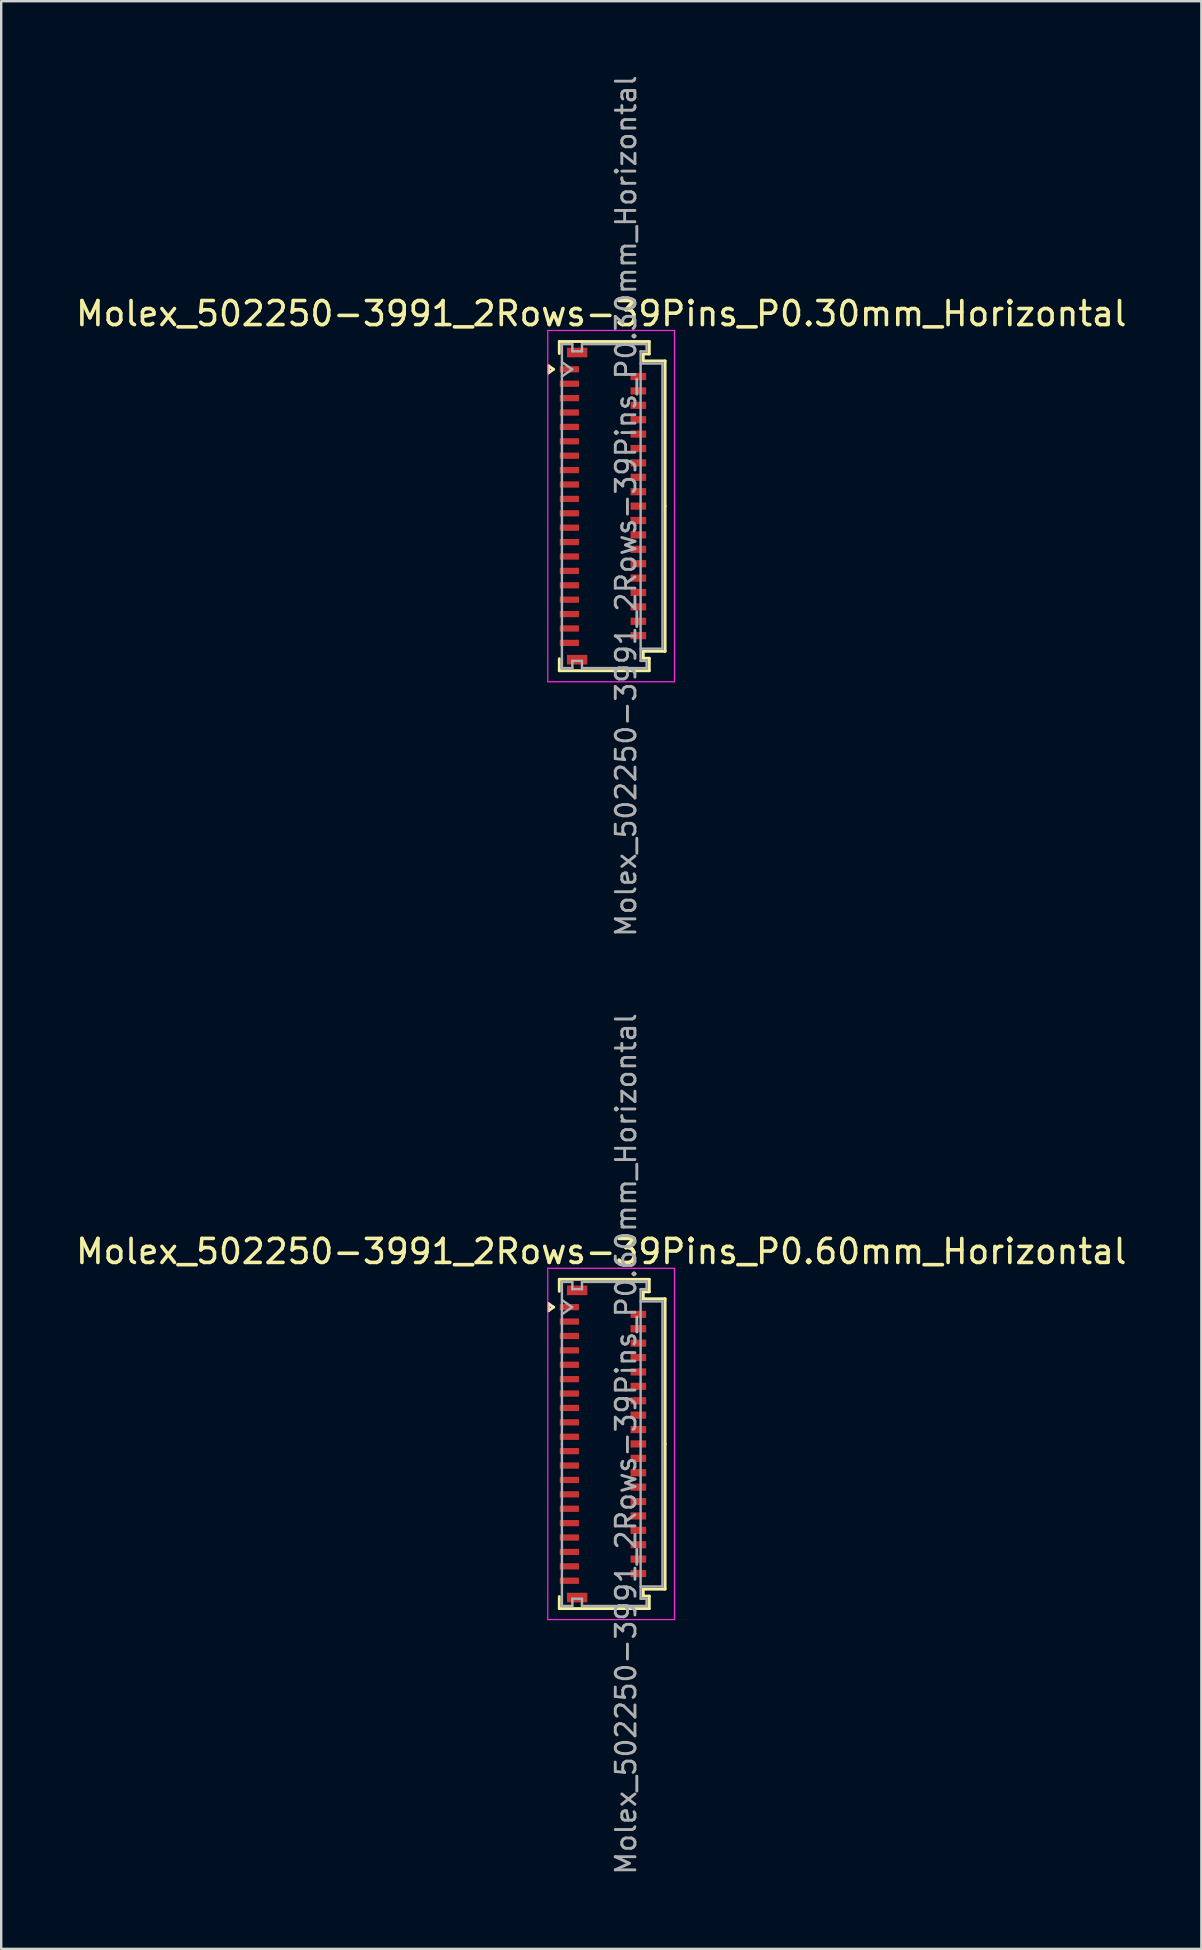
<source format=kicad_pcb>
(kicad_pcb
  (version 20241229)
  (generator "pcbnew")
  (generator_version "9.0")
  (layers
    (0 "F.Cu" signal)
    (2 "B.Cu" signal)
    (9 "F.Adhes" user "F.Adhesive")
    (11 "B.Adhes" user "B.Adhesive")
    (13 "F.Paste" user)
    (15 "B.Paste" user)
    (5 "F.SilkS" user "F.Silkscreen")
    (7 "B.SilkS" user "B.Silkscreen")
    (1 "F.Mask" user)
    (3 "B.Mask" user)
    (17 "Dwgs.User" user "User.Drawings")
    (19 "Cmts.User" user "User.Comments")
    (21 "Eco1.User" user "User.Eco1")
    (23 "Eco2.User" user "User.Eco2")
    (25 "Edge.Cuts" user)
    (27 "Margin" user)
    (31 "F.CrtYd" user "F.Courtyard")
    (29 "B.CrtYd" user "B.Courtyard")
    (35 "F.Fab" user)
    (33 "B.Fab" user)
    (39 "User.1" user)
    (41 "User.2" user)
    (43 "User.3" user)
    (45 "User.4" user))
  (footprint "Molex_502250-3991_2Rows-39Pins_P0.30mm_Horizontal"
    (layer "F.Cu")
    (at 22.076 18.04)
    (property "Reference" "Molex_502250-3991_2Rows-39Pins_P0.30mm_Horizontal" (at -0.07 -8.02 0) (layer "F.SilkS") (effects (font (size 1 1) (thickness 0.15))))
    (attr smd)
    (fp_line (start -2.272 -5.85) (end -2.06 -5.7) (stroke (width 0.12) (type solid)) (layer "F.SilkS"))
    (fp_line (start -2.272 -5.55) (end -2.272 -5.85) (stroke (width 0.12) (type solid)) (layer "F.SilkS"))
    (fp_line (start -2.06 -5.7) (end -2.272 -5.55) (stroke (width 0.12) (type solid)) (layer "F.SilkS"))
    (fp_line (start -1.82 -6.86) (end 1.93 -6.86) (stroke (width 0.12) (type solid)) (layer "F.SilkS"))
    (fp_line (start -1.82 -6.36) (end -1.82 -6.86) (stroke (width 0.12) (type solid)) (layer "F.SilkS"))
    (fp_line (start -1.82 6.36) (end -1.82 6.86) (stroke (width 0.12) (type solid)) (layer "F.SilkS"))
    (fp_line (start -1.82 6.86) (end 1.93 6.86) (stroke (width 0.12) (type solid)) (layer "F.SilkS"))
    (fp_line (start 1.68 -6.34) (end 1.68 -6.05) (stroke (width 0.12) (type solid)) (layer "F.SilkS"))
    (fp_line (start 1.68 -6.05) (end 2.59 -6.05) (stroke (width 0.12) (type solid)) (layer "F.SilkS"))
    (fp_line (start 1.68 6.05) (end 2.59 6.05) (stroke (width 0.12) (type solid)) (layer "F.SilkS"))
    (fp_line (start 1.68 6.34) (end 1.68 6.05) (stroke (width 0.12) (type solid)) (layer "F.SilkS"))
    (fp_line (start 1.93 -6.86) (end 1.93 -6.34) (stroke (width 0.12) (type solid)) (layer "F.SilkS"))
    (fp_line (start 1.93 -6.34) (end 1.68 -6.34) (stroke (width 0.12) (type solid)) (layer "F.SilkS"))
    (fp_line (start 1.93 6.34) (end 1.68 6.34) (stroke (width 0.12) (type solid)) (layer "F.SilkS"))
    (fp_line (start 1.93 6.86) (end 1.93 6.34) (stroke (width 0.12) (type solid)) (layer "F.SilkS"))
    (fp_line (start 2.59 -6.05) (end 2.59 0) (stroke (width 0.12) (type solid)) (layer "F.SilkS"))
    (fp_line (start 2.59 6.05) (end 2.59 0) (stroke (width 0.12) (type solid)) (layer "F.SilkS"))
    (fp_line (start -2.3 -7.32) (end -2.3 7.32) (stroke (width 0.05) (type solid)) (layer "F.CrtYd"))
    (fp_line (start -2.3 7.32) (end 2.98 7.32) (stroke (width 0.05) (type solid)) (layer "F.CrtYd"))
    (fp_line (start 2.98 -7.32) (end -2.3 -7.32) (stroke (width 0.05) (type solid)) (layer "F.CrtYd"))
    (fp_line (start 2.98 7.32) (end 2.98 -7.32) (stroke (width 0.05) (type solid)) (layer "F.CrtYd"))
    (fp_line (start -1.71 -6.75) (end -1.275 -6.75) (stroke (width 0.1) (type solid)) (layer "F.Fab"))
    (fp_line (start -1.71 -6) (end -1.286 -5.7) (stroke (width 0.1) (type solid)) (layer "F.Fab"))
    (fp_line (start -1.71 0) (end -1.71 -6.75) (stroke (width 0.1) (type solid)) (layer "F.Fab"))
    (fp_line (start -1.71 0) (end -1.71 6.75) (stroke (width 0.1) (type solid)) (layer "F.Fab"))
    (fp_line (start -1.71 6.75) (end -1.275 6.75) (stroke (width 0.1) (type solid)) (layer "F.Fab"))
    (fp_line (start -1.286 -5.7) (end -1.71 -5.4) (stroke (width 0.1) (type solid)) (layer "F.Fab"))
    (fp_line (start -1.275 -6.75) (end -1.275 -6.45) (stroke (width 0.1) (type solid)) (layer "F.Fab"))
    (fp_line (start -1.275 -6.45) (end -0.875 -6.45) (stroke (width 0.1) (type solid)) (layer "F.Fab"))
    (fp_line (start -1.275 6.45) (end -0.875 6.45) (stroke (width 0.1) (type solid)) (layer "F.Fab"))
    (fp_line (start -1.275 6.75) (end -1.275 6.45) (stroke (width 0.1) (type solid)) (layer "F.Fab"))
    (fp_line (start -0.875 -6.75) (end 1.82 -6.75) (stroke (width 0.1) (type solid)) (layer "F.Fab"))
    (fp_line (start -0.875 -6.45) (end -0.875 -6.75) (stroke (width 0.1) (type solid)) (layer "F.Fab"))
    (fp_line (start -0.875 6.45) (end -0.875 6.75) (stroke (width 0.1) (type solid)) (layer "F.Fab"))
    (fp_line (start -0.875 6.75) (end 1.82 6.75) (stroke (width 0.1) (type solid)) (layer "F.Fab"))
    (fp_line (start 1.57 -6.45) (end 1.57 0) (stroke (width 0.1) (type solid)) (layer "F.Fab"))
    (fp_line (start 1.57 -5.94) (end 2.48 -5.94) (stroke (width 0.1) (type solid)) (layer "F.Fab"))
    (fp_line (start 1.57 6.45) (end 1.57 0) (stroke (width 0.1) (type solid)) (layer "F.Fab"))
    (fp_line (start 1.82 -6.75) (end 1.82 -6.45) (stroke (width 0.1) (type solid)) (layer "F.Fab"))
    (fp_line (start 1.82 -6.45) (end 1.57 -6.45) (stroke (width 0.1) (type solid)) (layer "F.Fab"))
    (fp_line (start 1.82 6.45) (end 1.57 6.45) (stroke (width 0.1) (type solid)) (layer "F.Fab"))
    (fp_line (start 1.82 6.75) (end 1.82 6.45) (stroke (width 0.1) (type solid)) (layer "F.Fab"))
    (fp_line (start 2.48 -5.94) (end 2.48 5.94) (stroke (width 0.1) (type solid)) (layer "F.Fab"))
    (fp_line (start 2.48 5.94) (end 1.57 5.94) (stroke (width 0.1) (type solid)) (layer "F.Fab"))
    (fp_text user "${REFERENCE}" (at 0.96 0 90) (layer "F.Fab") (effects (font (size 0.82 0.82) (thickness 0.12))))
    (pad "" smd rect (at -1.075 -6.4) (size 0.85 0.4) (layers "F.Cu" "F.Mask" "F.Paste"))
    (pad "" smd rect (at -1.075 6.4) (size 0.85 0.4) (layers "F.Cu" "F.Mask" "F.Paste"))
    (pad "1" smd rect (at -1.4 -5.7) (size 0.8 0.26) (layers "F.Cu" "F.Mask" "F.Paste"))
    (pad "2" smd rect (at 1.475 -5.4) (size 0.65 0.3) (layers "F.Cu" "F.Mask" "F.Paste"))
    (pad "3" smd rect (at -1.4 -5.1) (size 0.8 0.26) (layers "F.Cu" "F.Mask" "F.Paste"))
    (pad "4" smd rect (at 1.475 -4.8) (size 0.65 0.3) (layers "F.Cu" "F.Mask" "F.Paste"))
    (pad "5" smd rect (at -1.4 -4.5) (size 0.8 0.26) (layers "F.Cu" "F.Mask" "F.Paste"))
    (pad "6" smd rect (at 1.475 -4.2) (size 0.65 0.3) (layers "F.Cu" "F.Mask" "F.Paste"))
    (pad "7" smd rect (at -1.4 -3.9) (size 0.8 0.26) (layers "F.Cu" "F.Mask" "F.Paste"))
    (pad "8" smd rect (at 1.475 -3.6) (size 0.65 0.3) (layers "F.Cu" "F.Mask" "F.Paste"))
    (pad "9" smd rect (at -1.4 -3.3) (size 0.8 0.26) (layers "F.Cu" "F.Mask" "F.Paste"))
    (pad "10" smd rect (at 1.475 -3) (size 0.65 0.3) (layers "F.Cu" "F.Mask" "F.Paste"))
    (pad "11" smd rect (at -1.4 -2.7) (size 0.8 0.26) (layers "F.Cu" "F.Mask" "F.Paste"))
    (pad "12" smd rect (at 1.475 -2.4) (size 0.65 0.3) (layers "F.Cu" "F.Mask" "F.Paste"))
    (pad "13" smd rect (at -1.4 -2.1) (size 0.8 0.26) (layers "F.Cu" "F.Mask" "F.Paste"))
    (pad "14" smd rect (at 1.475 -1.8) (size 0.65 0.3) (layers "F.Cu" "F.Mask" "F.Paste"))
    (pad "15" smd rect (at -1.4 -1.5) (size 0.8 0.26) (layers "F.Cu" "F.Mask" "F.Paste"))
    (pad "16" smd rect (at 1.475 -1.2) (size 0.65 0.3) (layers "F.Cu" "F.Mask" "F.Paste"))
    (pad "17" smd rect (at -1.4 -0.9) (size 0.8 0.26) (layers "F.Cu" "F.Mask" "F.Paste"))
    (pad "18" smd rect (at 1.475 -0.6) (size 0.65 0.3) (layers "F.Cu" "F.Mask" "F.Paste"))
    (pad "19" smd rect (at -1.4 -0.3) (size 0.8 0.26) (layers "F.Cu" "F.Mask" "F.Paste"))
    (pad "20" smd rect (at 1.475 0) (size 0.65 0.3) (layers "F.Cu" "F.Mask" "F.Paste"))
    (pad "21" smd rect (at -1.4 0.3) (size 0.8 0.26) (layers "F.Cu" "F.Mask" "F.Paste"))
    (pad "22" smd rect (at 1.475 0.6) (size 0.65 0.3) (layers "F.Cu" "F.Mask" "F.Paste"))
    (pad "23" smd rect (at -1.4 0.9) (size 0.8 0.26) (layers "F.Cu" "F.Mask" "F.Paste"))
    (pad "24" smd rect (at 1.475 1.2) (size 0.65 0.3) (layers "F.Cu" "F.Mask" "F.Paste"))
    (pad "25" smd rect (at -1.4 1.5) (size 0.8 0.26) (layers "F.Cu" "F.Mask" "F.Paste"))
    (pad "26" smd rect (at 1.475 1.8) (size 0.65 0.3) (layers "F.Cu" "F.Mask" "F.Paste"))
    (pad "27" smd rect (at -1.4 2.1) (size 0.8 0.26) (layers "F.Cu" "F.Mask" "F.Paste"))
    (pad "28" smd rect (at 1.475 2.4) (size 0.65 0.3) (layers "F.Cu" "F.Mask" "F.Paste"))
    (pad "29" smd rect (at -1.4 2.7) (size 0.8 0.26) (layers "F.Cu" "F.Mask" "F.Paste"))
    (pad "30" smd rect (at 1.475 3) (size 0.65 0.3) (layers "F.Cu" "F.Mask" "F.Paste"))
    (pad "31" smd rect (at -1.4 3.3) (size 0.8 0.26) (layers "F.Cu" "F.Mask" "F.Paste"))
    (pad "32" smd rect (at 1.475 3.6) (size 0.65 0.3) (layers "F.Cu" "F.Mask" "F.Paste"))
    (pad "33" smd rect (at -1.4 3.9) (size 0.8 0.26) (layers "F.Cu" "F.Mask" "F.Paste"))
    (pad "34" smd rect (at 1.475 4.2) (size 0.65 0.3) (layers "F.Cu" "F.Mask" "F.Paste"))
    (pad "35" smd rect (at -1.4 4.5) (size 0.8 0.26) (layers "F.Cu" "F.Mask" "F.Paste"))
    (pad "36" smd rect (at 1.475 4.8) (size 0.65 0.3) (layers "F.Cu" "F.Mask" "F.Paste"))
    (pad "37" smd rect (at -1.4 5.1) (size 0.8 0.26) (layers "F.Cu" "F.Mask" "F.Paste"))
    (pad "38" smd rect (at 1.475 5.4) (size 0.65 0.3) (layers "F.Cu" "F.Mask" "F.Paste"))
    (pad "39" smd rect (at -1.4 5.7) (size 0.8 0.26) (layers "F.Cu" "F.Mask" "F.Paste")))
  (footprint "Molex_502250-3991_2Rows-39Pins_P0.60mm_Horizontal"
    (layer "F.Cu")
    (at 22.076 57.121)
    (property "Reference" "Molex_502250-3991_2Rows-39Pins_P0.60mm_Horizontal" (at -0.07 -8.02 0) (layer "F.SilkS") (effects (font (size 1 1) (thickness 0.15))))
    (attr smd)
    (fp_line (start -2.272 -5.85) (end -2.06 -5.7) (stroke (width 0.12) (type solid)) (layer "F.SilkS"))
    (fp_line (start -2.272 -5.55) (end -2.272 -5.85) (stroke (width 0.12) (type solid)) (layer "F.SilkS"))
    (fp_line (start -2.06 -5.7) (end -2.272 -5.55) (stroke (width 0.12) (type solid)) (layer "F.SilkS"))
    (fp_line (start -1.82 -6.86) (end 1.93 -6.86) (stroke (width 0.12) (type solid)) (layer "F.SilkS"))
    (fp_line (start -1.82 -6.36) (end -1.82 -6.86) (stroke (width 0.12) (type solid)) (layer "F.SilkS"))
    (fp_line (start -1.82 6.36) (end -1.82 6.86) (stroke (width 0.12) (type solid)) (layer "F.SilkS"))
    (fp_line (start -1.82 6.86) (end 1.93 6.86) (stroke (width 0.12) (type solid)) (layer "F.SilkS"))
    (fp_line (start 1.68 -6.34) (end 1.68 -6.05) (stroke (width 0.12) (type solid)) (layer "F.SilkS"))
    (fp_line (start 1.68 -6.05) (end 2.59 -6.05) (stroke (width 0.12) (type solid)) (layer "F.SilkS"))
    (fp_line (start 1.68 6.05) (end 2.59 6.05) (stroke (width 0.12) (type solid)) (layer "F.SilkS"))
    (fp_line (start 1.68 6.34) (end 1.68 6.05) (stroke (width 0.12) (type solid)) (layer "F.SilkS"))
    (fp_line (start 1.93 -6.86) (end 1.93 -6.34) (stroke (width 0.12) (type solid)) (layer "F.SilkS"))
    (fp_line (start 1.93 -6.34) (end 1.68 -6.34) (stroke (width 0.12) (type solid)) (layer "F.SilkS"))
    (fp_line (start 1.93 6.34) (end 1.68 6.34) (stroke (width 0.12) (type solid)) (layer "F.SilkS"))
    (fp_line (start 1.93 6.86) (end 1.93 6.34) (stroke (width 0.12) (type solid)) (layer "F.SilkS"))
    (fp_line (start 2.59 -6.05) (end 2.59 0) (stroke (width 0.12) (type solid)) (layer "F.SilkS"))
    (fp_line (start 2.59 6.05) (end 2.59 0) (stroke (width 0.12) (type solid)) (layer "F.SilkS"))
    (fp_line (start -2.3 -7.32) (end -2.3 7.32) (stroke (width 0.05) (type solid)) (layer "F.CrtYd"))
    (fp_line (start -2.3 7.32) (end 2.98 7.32) (stroke (width 0.05) (type solid)) (layer "F.CrtYd"))
    (fp_line (start 2.98 -7.32) (end -2.3 -7.32) (stroke (width 0.05) (type solid)) (layer "F.CrtYd"))
    (fp_line (start 2.98 7.32) (end 2.98 -7.32) (stroke (width 0.05) (type solid)) (layer "F.CrtYd"))
    (fp_line (start -1.71 -6.75) (end -1.275 -6.75) (stroke (width 0.1) (type solid)) (layer "F.Fab"))
    (fp_line (start -1.71 -6) (end -1.286 -5.7) (stroke (width 0.1) (type solid)) (layer "F.Fab"))
    (fp_line (start -1.71 0) (end -1.71 -6.75) (stroke (width 0.1) (type solid)) (layer "F.Fab"))
    (fp_line (start -1.71 0) (end -1.71 6.75) (stroke (width 0.1) (type solid)) (layer "F.Fab"))
    (fp_line (start -1.71 6.75) (end -1.275 6.75) (stroke (width 0.1) (type solid)) (layer "F.Fab"))
    (fp_line (start -1.286 -5.7) (end -1.71 -5.4) (stroke (width 0.1) (type solid)) (layer "F.Fab"))
    (fp_line (start -1.275 -6.75) (end -1.275 -6.45) (stroke (width 0.1) (type solid)) (layer "F.Fab"))
    (fp_line (start -1.275 -6.45) (end -0.875 -6.45) (stroke (width 0.1) (type solid)) (layer "F.Fab"))
    (fp_line (start -1.275 6.45) (end -0.875 6.45) (stroke (width 0.1) (type solid)) (layer "F.Fab"))
    (fp_line (start -1.275 6.75) (end -1.275 6.45) (stroke (width 0.1) (type solid)) (layer "F.Fab"))
    (fp_line (start -0.875 -6.75) (end 1.82 -6.75) (stroke (width 0.1) (type solid)) (layer "F.Fab"))
    (fp_line (start -0.875 -6.45) (end -0.875 -6.75) (stroke (width 0.1) (type solid)) (layer "F.Fab"))
    (fp_line (start -0.875 6.45) (end -0.875 6.75) (stroke (width 0.1) (type solid)) (layer "F.Fab"))
    (fp_line (start -0.875 6.75) (end 1.82 6.75) (stroke (width 0.1) (type solid)) (layer "F.Fab"))
    (fp_line (start 1.57 -6.45) (end 1.57 0) (stroke (width 0.1) (type solid)) (layer "F.Fab"))
    (fp_line (start 1.57 -5.94) (end 2.48 -5.94) (stroke (width 0.1) (type solid)) (layer "F.Fab"))
    (fp_line (start 1.57 6.45) (end 1.57 0) (stroke (width 0.1) (type solid)) (layer "F.Fab"))
    (fp_line (start 1.82 -6.75) (end 1.82 -6.45) (stroke (width 0.1) (type solid)) (layer "F.Fab"))
    (fp_line (start 1.82 -6.45) (end 1.57 -6.45) (stroke (width 0.1) (type solid)) (layer "F.Fab"))
    (fp_line (start 1.82 6.45) (end 1.57 6.45) (stroke (width 0.1) (type solid)) (layer "F.Fab"))
    (fp_line (start 1.82 6.75) (end 1.82 6.45) (stroke (width 0.1) (type solid)) (layer "F.Fab"))
    (fp_line (start 2.48 -5.94) (end 2.48 5.94) (stroke (width 0.1) (type solid)) (layer "F.Fab"))
    (fp_line (start 2.48 5.94) (end 1.57 5.94) (stroke (width 0.1) (type solid)) (layer "F.Fab"))
    (fp_text user "${REFERENCE}" (at 0.96 0 90) (layer "F.Fab") (effects (font (size 0.82 0.82) (thickness 0.12))))
    (pad "" smd rect (at -1.075 -6.4) (size 0.85 0.4) (layers "F.Cu" "F.Mask" "F.Paste"))
    (pad "" smd rect (at -1.075 6.4) (size 0.85 0.4) (layers "F.Cu" "F.Mask" "F.Paste"))
    (pad "1" smd rect (at -1.4 -5.7) (size 0.8 0.26) (layers "F.Cu" "F.Mask" "F.Paste"))
    (pad "2" smd rect (at 1.475 -5.4) (size 0.65 0.3) (layers "F.Cu" "F.Mask" "F.Paste"))
    (pad "3" smd rect (at -1.4 -5.1) (size 0.8 0.26) (layers "F.Cu" "F.Mask" "F.Paste"))
    (pad "4" smd rect (at 1.475 -4.8) (size 0.65 0.3) (layers "F.Cu" "F.Mask" "F.Paste"))
    (pad "5" smd rect (at -1.4 -4.5) (size 0.8 0.26) (layers "F.Cu" "F.Mask" "F.Paste"))
    (pad "6" smd rect (at 1.475 -4.2) (size 0.65 0.3) (layers "F.Cu" "F.Mask" "F.Paste"))
    (pad "7" smd rect (at -1.4 -3.9) (size 0.8 0.26) (layers "F.Cu" "F.Mask" "F.Paste"))
    (pad "8" smd rect (at 1.475 -3.6) (size 0.65 0.3) (layers "F.Cu" "F.Mask" "F.Paste"))
    (pad "9" smd rect (at -1.4 -3.3) (size 0.8 0.26) (layers "F.Cu" "F.Mask" "F.Paste"))
    (pad "10" smd rect (at 1.475 -3) (size 0.65 0.3) (layers "F.Cu" "F.Mask" "F.Paste"))
    (pad "11" smd rect (at -1.4 -2.7) (size 0.8 0.26) (layers "F.Cu" "F.Mask" "F.Paste"))
    (pad "12" smd rect (at 1.475 -2.4) (size 0.65 0.3) (layers "F.Cu" "F.Mask" "F.Paste"))
    (pad "13" smd rect (at -1.4 -2.1) (size 0.8 0.26) (layers "F.Cu" "F.Mask" "F.Paste"))
    (pad "14" smd rect (at 1.475 -1.8) (size 0.65 0.3) (layers "F.Cu" "F.Mask" "F.Paste"))
    (pad "15" smd rect (at -1.4 -1.5) (size 0.8 0.26) (layers "F.Cu" "F.Mask" "F.Paste"))
    (pad "16" smd rect (at 1.475 -1.2) (size 0.65 0.3) (layers "F.Cu" "F.Mask" "F.Paste"))
    (pad "17" smd rect (at -1.4 -0.9) (size 0.8 0.26) (layers "F.Cu" "F.Mask" "F.Paste"))
    (pad "18" smd rect (at 1.475 -0.6) (size 0.65 0.3) (layers "F.Cu" "F.Mask" "F.Paste"))
    (pad "19" smd rect (at -1.4 -0.3) (size 0.8 0.26) (layers "F.Cu" "F.Mask" "F.Paste"))
    (pad "20" smd rect (at 1.475 0) (size 0.65 0.3) (layers "F.Cu" "F.Mask" "F.Paste"))
    (pad "21" smd rect (at -1.4 0.3) (size 0.8 0.26) (layers "F.Cu" "F.Mask" "F.Paste"))
    (pad "22" smd rect (at 1.475 0.6) (size 0.65 0.3) (layers "F.Cu" "F.Mask" "F.Paste"))
    (pad "23" smd rect (at -1.4 0.9) (size 0.8 0.26) (layers "F.Cu" "F.Mask" "F.Paste"))
    (pad "24" smd rect (at 1.475 1.2) (size 0.65 0.3) (layers "F.Cu" "F.Mask" "F.Paste"))
    (pad "25" smd rect (at -1.4 1.5) (size 0.8 0.26) (layers "F.Cu" "F.Mask" "F.Paste"))
    (pad "26" smd rect (at 1.475 1.8) (size 0.65 0.3) (layers "F.Cu" "F.Mask" "F.Paste"))
    (pad "27" smd rect (at -1.4 2.1) (size 0.8 0.26) (layers "F.Cu" "F.Mask" "F.Paste"))
    (pad "28" smd rect (at 1.475 2.4) (size 0.65 0.3) (layers "F.Cu" "F.Mask" "F.Paste"))
    (pad "29" smd rect (at -1.4 2.7) (size 0.8 0.26) (layers "F.Cu" "F.Mask" "F.Paste"))
    (pad "30" smd rect (at 1.475 3) (size 0.65 0.3) (layers "F.Cu" "F.Mask" "F.Paste"))
    (pad "31" smd rect (at -1.4 3.3) (size 0.8 0.26) (layers "F.Cu" "F.Mask" "F.Paste"))
    (pad "32" smd rect (at 1.475 3.6) (size 0.65 0.3) (layers "F.Cu" "F.Mask" "F.Paste"))
    (pad "33" smd rect (at -1.4 3.9) (size 0.8 0.26) (layers "F.Cu" "F.Mask" "F.Paste"))
    (pad "34" smd rect (at 1.475 4.2) (size 0.65 0.3) (layers "F.Cu" "F.Mask" "F.Paste"))
    (pad "35" smd rect (at -1.4 4.5) (size 0.8 0.26) (layers "F.Cu" "F.Mask" "F.Paste"))
    (pad "36" smd rect (at 1.475 4.8) (size 0.65 0.3) (layers "F.Cu" "F.Mask" "F.Paste"))
    (pad "37" smd rect (at -1.4 5.1) (size 0.8 0.26) (layers "F.Cu" "F.Mask" "F.Paste"))
    (pad "38" smd rect (at 1.475 5.4) (size 0.65 0.3) (layers "F.Cu" "F.Mask" "F.Paste"))
    (pad "39" smd rect (at -1.4 5.7) (size 0.8 0.26) (layers "F.Cu" "F.Mask" "F.Paste")))
  (gr_rect
    (start -3 -3)
    (end 47.012 78.162)
    (stroke (width 0.1) (type default))
    (fill no)
    (layer "Edge.Cuts")))
</source>
